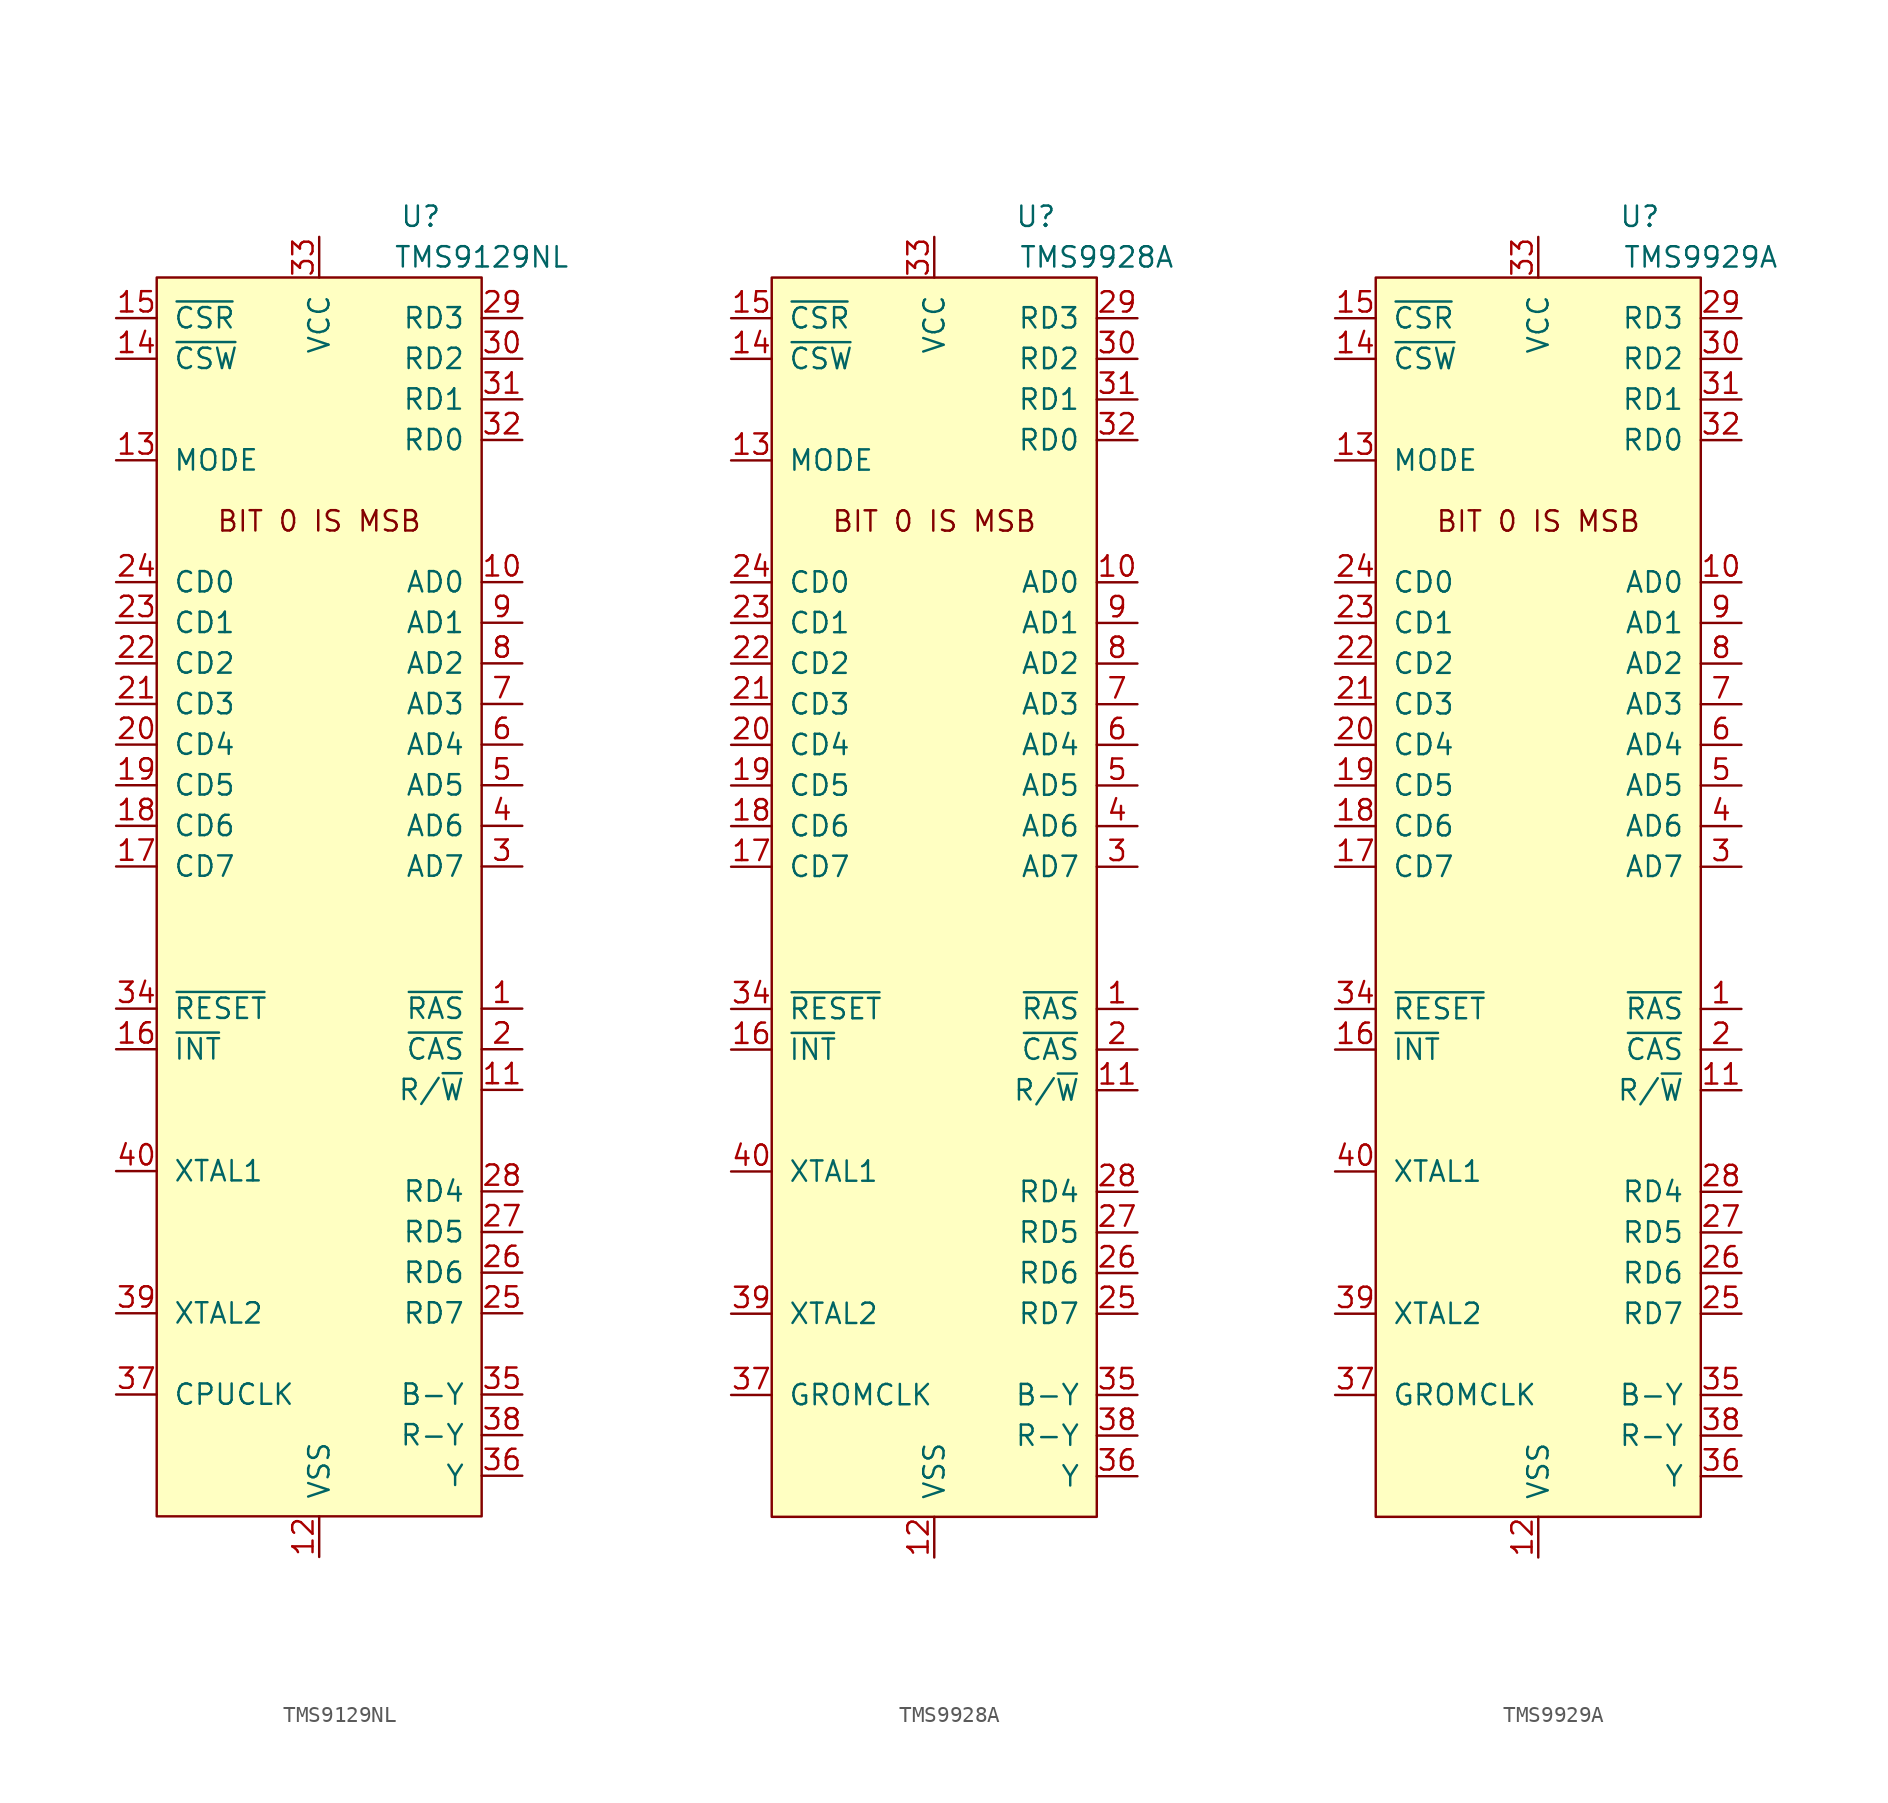
<source format=kicad_sym>
(kicad_symbol_lib
  (version 20211014)
  (generator kicad_symbol_editor)
  (symbol "TMS9129NL"
    (pin_names
      (offset 1.016))
    (property "Reference" "U"
      (at 6.35 11.43 0)
      (effects (font (size 1.27 1.27))))
    (property "Value" "TMS9129NL"
      (at 10.16 8.89 0)
      (effects (font (size 1.27 1.27))))
    (symbol "TMS9129NL_0_0"
      (text "BIT 0 IS MSB" (at 0 -7.62 0) (effects (font (size 1.27 1.27)))))
    (symbol "TMS9129NL_0_1"
      (rectangle (start -10.16 7.62) (end 10.16 -69.85) (stroke (width 0) (type default) (color 0 0 0 0)) (fill (type background))))
    (symbol "TMS9129NL_1_1"
      (pin output line (at 12.7 -38.1 180) (length 2.54) (name "~{RAS}" (effects (font (size 1.27 1.27)))) (number "1" (effects (font (size 1.27 1.27)))))
      (pin output line (at 12.7 -11.43 180) (length 2.54) (name "AD0" (effects (font (size 1.27 1.27)))) (number "10" (effects (font (size 1.27 1.27)))))
      (pin output line (at 12.7 -43.18 180) (length 2.54) (name "R/~{W}" (effects (font (size 1.27 1.27)))) (number "11" (effects (font (size 1.27 1.27)))))
      (pin power_in line (at 0 -72.39 90) (length 2.54) (name "VSS" (effects (font (size 1.27 1.27)))) (number "12" (effects (font (size 1.27 1.27)))))
      (pin input line (at -12.7 -3.81 0) (length 2.54) (name "MODE" (effects (font (size 1.27 1.27)))) (number "13" (effects (font (size 1.27 1.27)))))
      (pin input line (at -12.7 2.54 0) (length 2.54) (name "~{CSW}" (effects (font (size 1.27 1.27)))) (number "14" (effects (font (size 1.27 1.27)))))
      (pin input line (at -12.7 5.08 0) (length 2.54) (name "~{CSR}" (effects (font (size 1.27 1.27)))) (number "15" (effects (font (size 1.27 1.27)))))
      (pin output line (at -12.7 -40.64 0) (length 2.54) (name "~{INT}" (effects (font (size 1.27 1.27)))) (number "16" (effects (font (size 1.27 1.27)))))
      (pin bidirectional line (at -12.7 -29.21 0) (length 2.54) (name "CD7" (effects (font (size 1.27 1.27)))) (number "17" (effects (font (size 1.27 1.27)))))
      (pin bidirectional line (at -12.7 -26.67 0) (length 2.54) (name "CD6" (effects (font (size 1.27 1.27)))) (number "18" (effects (font (size 1.27 1.27)))))
      (pin bidirectional line (at -12.7 -24.13 0) (length 2.54) (name "CD5" (effects (font (size 1.27 1.27)))) (number "19" (effects (font (size 1.27 1.27)))))
      (pin output line (at 12.7 -40.64 180) (length 2.54) (name "~{CAS}" (effects (font (size 1.27 1.27)))) (number "2" (effects (font (size 1.27 1.27)))))
      (pin bidirectional line (at -12.7 -21.59 0) (length 2.54) (name "CD4" (effects (font (size 1.27 1.27)))) (number "20" (effects (font (size 1.27 1.27)))))
      (pin bidirectional line (at -12.7 -19.05 0) (length 2.54) (name "CD3" (effects (font (size 1.27 1.27)))) (number "21" (effects (font (size 1.27 1.27)))))
      (pin bidirectional line (at -12.7 -16.51 0) (length 2.54) (name "CD2" (effects (font (size 1.27 1.27)))) (number "22" (effects (font (size 1.27 1.27)))))
      (pin bidirectional line (at -12.7 -13.97 0) (length 2.54) (name "CD1" (effects (font (size 1.27 1.27)))) (number "23" (effects (font (size 1.27 1.27)))))
      (pin bidirectional line (at -12.7 -11.43 0) (length 2.54) (name "CD0" (effects (font (size 1.27 1.27)))) (number "24" (effects (font (size 1.27 1.27)))))
      (pin output line (at 12.7 -57.15 180) (length 2.54) (name "RD7" (effects (font (size 1.27 1.27)))) (number "25" (effects (font (size 1.27 1.27)))))
      (pin output line (at 12.7 -54.61 180) (length 2.54) (name "RD6" (effects (font (size 1.27 1.27)))) (number "26" (effects (font (size 1.27 1.27)))))
      (pin output line (at 12.7 -52.07 180) (length 2.54) (name "RD5" (effects (font (size 1.27 1.27)))) (number "27" (effects (font (size 1.27 1.27)))))
      (pin output line (at 12.7 -49.53 180) (length 2.54) (name "RD4" (effects (font (size 1.27 1.27)))) (number "28" (effects (font (size 1.27 1.27)))))
      (pin bidirectional line (at 12.7 5.08 180) (length 2.54) (name "RD3" (effects (font (size 1.27 1.27)))) (number "29" (effects (font (size 1.27 1.27)))))
      (pin output line (at 12.7 -29.21 180) (length 2.54) (name "AD7" (effects (font (size 1.27 1.27)))) (number "3" (effects (font (size 1.27 1.27)))))
      (pin bidirectional line (at 12.7 2.54 180) (length 2.54) (name "RD2" (effects (font (size 1.27 1.27)))) (number "30" (effects (font (size 1.27 1.27)))))
      (pin bidirectional line (at 12.7 0 180) (length 2.54) (name "RD1" (effects (font (size 1.27 1.27)))) (number "31" (effects (font (size 1.27 1.27)))))
      (pin bidirectional line (at 12.7 -2.54 180) (length 2.54) (name "RD0" (effects (font (size 1.27 1.27)))) (number "32" (effects (font (size 1.27 1.27)))))
      (pin power_in line (at 0 10.16 270) (length 2.54) (name "VCC" (effects (font (size 1.27 1.27)))) (number "33" (effects (font (size 1.27 1.27)))))
      (pin input line (at -12.7 -38.1 0) (length 2.54) (name "~{RESET}" (effects (font (size 1.27 1.27)))) (number "34" (effects (font (size 1.27 1.27)))))
      (pin output line (at 12.7 -62.23 180) (length 2.54) (name "B-Y" (effects (font (size 1.27 1.27)))) (number "35" (effects (font (size 1.27 1.27)))))
      (pin output line (at 12.7 -67.31 180) (length 2.54) (name "Y" (effects (font (size 1.27 1.27)))) (number "36" (effects (font (size 1.27 1.27)))))
      (pin output line (at -12.7 -62.23 0) (length 2.54) (name "CPUCLK" (effects (font (size 1.27 1.27)))) (number "37" (effects (font (size 1.27 1.27)))))
      (pin output line (at 12.7 -64.77 180) (length 2.54) (name "R-Y" (effects (font (size 1.27 1.27)))) (number "38" (effects (font (size 1.27 1.27)))))
      (pin bidirectional line (at -12.7 -57.15 0) (length 2.54) (name "XTAL2" (effects (font (size 1.27 1.27)))) (number "39" (effects (font (size 1.27 1.27)))))
      (pin output line (at 12.7 -26.67 180) (length 2.54) (name "AD6" (effects (font (size 1.27 1.27)))) (number "4" (effects (font (size 1.27 1.27)))))
      (pin input line (at -12.7 -48.26 0) (length 2.54) (name "XTAL1" (effects (font (size 1.27 1.27)))) (number "40" (effects (font (size 1.27 1.27)))))
      (pin output line (at 12.7 -24.13 180) (length 2.54) (name "AD5" (effects (font (size 1.27 1.27)))) (number "5" (effects (font (size 1.27 1.27)))))
      (pin output line (at 12.7 -21.59 180) (length 2.54) (name "AD4" (effects (font (size 1.27 1.27)))) (number "6" (effects (font (size 1.27 1.27)))))
      (pin output line (at 12.7 -19.05 180) (length 2.54) (name "AD3" (effects (font (size 1.27 1.27)))) (number "7" (effects (font (size 1.27 1.27)))))
      (pin output line (at 12.7 -16.51 180) (length 2.54) (name "AD2" (effects (font (size 1.27 1.27)))) (number "8" (effects (font (size 1.27 1.27)))))
      (pin output line (at 12.7 -13.97 180) (length 2.54) (name "AD1" (effects (font (size 1.27 1.27)))) (number "9" (effects (font (size 1.27 1.27)))))))
  (symbol "TMS9928A"
    (pin_names
      (offset 1.016))
    (property "Reference" "U"
      (at 6.35 11.43 0)
      (effects (font (size 1.27 1.27))))
    (property "Value" "TMS9928A"
      (at 10.16 8.89 0)
      (effects (font (size 1.27 1.27))))
    (symbol "TMS9928A_0_0"
      (text "BIT 0 IS MSB" (at 0 -7.62 0) (effects (font (size 1.27 1.27)))))
    (symbol "TMS9928A_0_1"
      (rectangle (start -10.16 7.62) (end 10.16 -69.85) (stroke (width 0) (type default) (color 0 0 0 0)) (fill (type background))))
    (symbol "TMS9928A_1_1"
      (pin output line (at 12.7 -38.1 180) (length 2.54) (name "~{RAS}" (effects (font (size 1.27 1.27)))) (number "1" (effects (font (size 1.27 1.27)))))
      (pin output line (at 12.7 -11.43 180) (length 2.54) (name "AD0" (effects (font (size 1.27 1.27)))) (number "10" (effects (font (size 1.27 1.27)))))
      (pin output line (at 12.7 -43.18 180) (length 2.54) (name "R/~{W}" (effects (font (size 1.27 1.27)))) (number "11" (effects (font (size 1.27 1.27)))))
      (pin power_in line (at 0 -72.39 90) (length 2.54) (name "VSS" (effects (font (size 1.27 1.27)))) (number "12" (effects (font (size 1.27 1.27)))))
      (pin input line (at -12.7 -3.81 0) (length 2.54) (name "MODE" (effects (font (size 1.27 1.27)))) (number "13" (effects (font (size 1.27 1.27)))))
      (pin input line (at -12.7 2.54 0) (length 2.54) (name "~{CSW}" (effects (font (size 1.27 1.27)))) (number "14" (effects (font (size 1.27 1.27)))))
      (pin input line (at -12.7 5.08 0) (length 2.54) (name "~{CSR}" (effects (font (size 1.27 1.27)))) (number "15" (effects (font (size 1.27 1.27)))))
      (pin output line (at -12.7 -40.64 0) (length 2.54) (name "~{INT}" (effects (font (size 1.27 1.27)))) (number "16" (effects (font (size 1.27 1.27)))))
      (pin bidirectional line (at -12.7 -29.21 0) (length 2.54) (name "CD7" (effects (font (size 1.27 1.27)))) (number "17" (effects (font (size 1.27 1.27)))))
      (pin bidirectional line (at -12.7 -26.67 0) (length 2.54) (name "CD6" (effects (font (size 1.27 1.27)))) (number "18" (effects (font (size 1.27 1.27)))))
      (pin bidirectional line (at -12.7 -24.13 0) (length 2.54) (name "CD5" (effects (font (size 1.27 1.27)))) (number "19" (effects (font (size 1.27 1.27)))))
      (pin output line (at 12.7 -40.64 180) (length 2.54) (name "~{CAS}" (effects (font (size 1.27 1.27)))) (number "2" (effects (font (size 1.27 1.27)))))
      (pin bidirectional line (at -12.7 -21.59 0) (length 2.54) (name "CD4" (effects (font (size 1.27 1.27)))) (number "20" (effects (font (size 1.27 1.27)))))
      (pin bidirectional line (at -12.7 -19.05 0) (length 2.54) (name "CD3" (effects (font (size 1.27 1.27)))) (number "21" (effects (font (size 1.27 1.27)))))
      (pin bidirectional line (at -12.7 -16.51 0) (length 2.54) (name "CD2" (effects (font (size 1.27 1.27)))) (number "22" (effects (font (size 1.27 1.27)))))
      (pin bidirectional line (at -12.7 -13.97 0) (length 2.54) (name "CD1" (effects (font (size 1.27 1.27)))) (number "23" (effects (font (size 1.27 1.27)))))
      (pin bidirectional line (at -12.7 -11.43 0) (length 2.54) (name "CD0" (effects (font (size 1.27 1.27)))) (number "24" (effects (font (size 1.27 1.27)))))
      (pin output line (at 12.7 -57.15 180) (length 2.54) (name "RD7" (effects (font (size 1.27 1.27)))) (number "25" (effects (font (size 1.27 1.27)))))
      (pin output line (at 12.7 -54.61 180) (length 2.54) (name "RD6" (effects (font (size 1.27 1.27)))) (number "26" (effects (font (size 1.27 1.27)))))
      (pin output line (at 12.7 -52.07 180) (length 2.54) (name "RD5" (effects (font (size 1.27 1.27)))) (number "27" (effects (font (size 1.27 1.27)))))
      (pin output line (at 12.7 -49.53 180) (length 2.54) (name "RD4" (effects (font (size 1.27 1.27)))) (number "28" (effects (font (size 1.27 1.27)))))
      (pin bidirectional line (at 12.7 5.08 180) (length 2.54) (name "RD3" (effects (font (size 1.27 1.27)))) (number "29" (effects (font (size 1.27 1.27)))))
      (pin output line (at 12.7 -29.21 180) (length 2.54) (name "AD7" (effects (font (size 1.27 1.27)))) (number "3" (effects (font (size 1.27 1.27)))))
      (pin bidirectional line (at 12.7 2.54 180) (length 2.54) (name "RD2" (effects (font (size 1.27 1.27)))) (number "30" (effects (font (size 1.27 1.27)))))
      (pin bidirectional line (at 12.7 0 180) (length 2.54) (name "RD1" (effects (font (size 1.27 1.27)))) (number "31" (effects (font (size 1.27 1.27)))))
      (pin bidirectional line (at 12.7 -2.54 180) (length 2.54) (name "RD0" (effects (font (size 1.27 1.27)))) (number "32" (effects (font (size 1.27 1.27)))))
      (pin power_in line (at 0 10.16 270) (length 2.54) (name "VCC" (effects (font (size 1.27 1.27)))) (number "33" (effects (font (size 1.27 1.27)))))
      (pin input line (at -12.7 -38.1 0) (length 2.54) (name "~{RESET}" (effects (font (size 1.27 1.27)))) (number "34" (effects (font (size 1.27 1.27)))))
      (pin output line (at 12.7 -62.23 180) (length 2.54) (name "B-Y" (effects (font (size 1.27 1.27)))) (number "35" (effects (font (size 1.27 1.27)))))
      (pin output line (at 12.7 -67.31 180) (length 2.54) (name "Y" (effects (font (size 1.27 1.27)))) (number "36" (effects (font (size 1.27 1.27)))))
      (pin output line (at -12.7 -62.23 0) (length 2.54) (name "GROMCLK" (effects (font (size 1.27 1.27)))) (number "37" (effects (font (size 1.27 1.27)))))
      (pin output line (at 12.7 -64.77 180) (length 2.54) (name "R-Y" (effects (font (size 1.27 1.27)))) (number "38" (effects (font (size 1.27 1.27)))))
      (pin bidirectional line (at -12.7 -57.15 0) (length 2.54) (name "XTAL2" (effects (font (size 1.27 1.27)))) (number "39" (effects (font (size 1.27 1.27)))))
      (pin output line (at 12.7 -26.67 180) (length 2.54) (name "AD6" (effects (font (size 1.27 1.27)))) (number "4" (effects (font (size 1.27 1.27)))))
      (pin input line (at -12.7 -48.26 0) (length 2.54) (name "XTAL1" (effects (font (size 1.27 1.27)))) (number "40" (effects (font (size 1.27 1.27)))))
      (pin output line (at 12.7 -24.13 180) (length 2.54) (name "AD5" (effects (font (size 1.27 1.27)))) (number "5" (effects (font (size 1.27 1.27)))))
      (pin output line (at 12.7 -21.59 180) (length 2.54) (name "AD4" (effects (font (size 1.27 1.27)))) (number "6" (effects (font (size 1.27 1.27)))))
      (pin output line (at 12.7 -19.05 180) (length 2.54) (name "AD3" (effects (font (size 1.27 1.27)))) (number "7" (effects (font (size 1.27 1.27)))))
      (pin output line (at 12.7 -16.51 180) (length 2.54) (name "AD2" (effects (font (size 1.27 1.27)))) (number "8" (effects (font (size 1.27 1.27)))))
      (pin output line (at 12.7 -13.97 180) (length 2.54) (name "AD1" (effects (font (size 1.27 1.27)))) (number "9" (effects (font (size 1.27 1.27)))))))
  (symbol "TMS9929A"
    (pin_names
      (offset 1.016))
    (property "Reference" "U"
      (at 6.35 11.43 0)
      (effects (font (size 1.27 1.27))))
    (property "Value" "TMS9929A"
      (at 10.16 8.89 0)
      (effects (font (size 1.27 1.27))))
    (symbol "TMS9929A_0_0"
      (text "BIT 0 IS MSB" (at 0 -7.62 0) (effects (font (size 1.27 1.27)))))
    (symbol "TMS9929A_0_1"
      (rectangle (start -10.16 7.62) (end 10.16 -69.85) (stroke (width 0) (type default) (color 0 0 0 0)) (fill (type background))))
    (symbol "TMS9929A_1_1"
      (pin output line (at 12.7 -38.1 180) (length 2.54) (name "~{RAS}" (effects (font (size 1.27 1.27)))) (number "1" (effects (font (size 1.27 1.27)))))
      (pin output line (at 12.7 -11.43 180) (length 2.54) (name "AD0" (effects (font (size 1.27 1.27)))) (number "10" (effects (font (size 1.27 1.27)))))
      (pin output line (at 12.7 -43.18 180) (length 2.54) (name "R/~{W}" (effects (font (size 1.27 1.27)))) (number "11" (effects (font (size 1.27 1.27)))))
      (pin power_in line (at 0 -72.39 90) (length 2.54) (name "VSS" (effects (font (size 1.27 1.27)))) (number "12" (effects (font (size 1.27 1.27)))))
      (pin input line (at -12.7 -3.81 0) (length 2.54) (name "MODE" (effects (font (size 1.27 1.27)))) (number "13" (effects (font (size 1.27 1.27)))))
      (pin input line (at -12.7 2.54 0) (length 2.54) (name "~{CSW}" (effects (font (size 1.27 1.27)))) (number "14" (effects (font (size 1.27 1.27)))))
      (pin input line (at -12.7 5.08 0) (length 2.54) (name "~{CSR}" (effects (font (size 1.27 1.27)))) (number "15" (effects (font (size 1.27 1.27)))))
      (pin output line (at -12.7 -40.64 0) (length 2.54) (name "~{INT}" (effects (font (size 1.27 1.27)))) (number "16" (effects (font (size 1.27 1.27)))))
      (pin bidirectional line (at -12.7 -29.21 0) (length 2.54) (name "CD7" (effects (font (size 1.27 1.27)))) (number "17" (effects (font (size 1.27 1.27)))))
      (pin bidirectional line (at -12.7 -26.67 0) (length 2.54) (name "CD6" (effects (font (size 1.27 1.27)))) (number "18" (effects (font (size 1.27 1.27)))))
      (pin bidirectional line (at -12.7 -24.13 0) (length 2.54) (name "CD5" (effects (font (size 1.27 1.27)))) (number "19" (effects (font (size 1.27 1.27)))))
      (pin output line (at 12.7 -40.64 180) (length 2.54) (name "~{CAS}" (effects (font (size 1.27 1.27)))) (number "2" (effects (font (size 1.27 1.27)))))
      (pin bidirectional line (at -12.7 -21.59 0) (length 2.54) (name "CD4" (effects (font (size 1.27 1.27)))) (number "20" (effects (font (size 1.27 1.27)))))
      (pin bidirectional line (at -12.7 -19.05 0) (length 2.54) (name "CD3" (effects (font (size 1.27 1.27)))) (number "21" (effects (font (size 1.27 1.27)))))
      (pin bidirectional line (at -12.7 -16.51 0) (length 2.54) (name "CD2" (effects (font (size 1.27 1.27)))) (number "22" (effects (font (size 1.27 1.27)))))
      (pin bidirectional line (at -12.7 -13.97 0) (length 2.54) (name "CD1" (effects (font (size 1.27 1.27)))) (number "23" (effects (font (size 1.27 1.27)))))
      (pin bidirectional line (at -12.7 -11.43 0) (length 2.54) (name "CD0" (effects (font (size 1.27 1.27)))) (number "24" (effects (font (size 1.27 1.27)))))
      (pin output line (at 12.7 -57.15 180) (length 2.54) (name "RD7" (effects (font (size 1.27 1.27)))) (number "25" (effects (font (size 1.27 1.27)))))
      (pin output line (at 12.7 -54.61 180) (length 2.54) (name "RD6" (effects (font (size 1.27 1.27)))) (number "26" (effects (font (size 1.27 1.27)))))
      (pin output line (at 12.7 -52.07 180) (length 2.54) (name "RD5" (effects (font (size 1.27 1.27)))) (number "27" (effects (font (size 1.27 1.27)))))
      (pin output line (at 12.7 -49.53 180) (length 2.54) (name "RD4" (effects (font (size 1.27 1.27)))) (number "28" (effects (font (size 1.27 1.27)))))
      (pin bidirectional line (at 12.7 5.08 180) (length 2.54) (name "RD3" (effects (font (size 1.27 1.27)))) (number "29" (effects (font (size 1.27 1.27)))))
      (pin output line (at 12.7 -29.21 180) (length 2.54) (name "AD7" (effects (font (size 1.27 1.27)))) (number "3" (effects (font (size 1.27 1.27)))))
      (pin bidirectional line (at 12.7 2.54 180) (length 2.54) (name "RD2" (effects (font (size 1.27 1.27)))) (number "30" (effects (font (size 1.27 1.27)))))
      (pin bidirectional line (at 12.7 0 180) (length 2.54) (name "RD1" (effects (font (size 1.27 1.27)))) (number "31" (effects (font (size 1.27 1.27)))))
      (pin bidirectional line (at 12.7 -2.54 180) (length 2.54) (name "RD0" (effects (font (size 1.27 1.27)))) (number "32" (effects (font (size 1.27 1.27)))))
      (pin power_in line (at 0 10.16 270) (length 2.54) (name "VCC" (effects (font (size 1.27 1.27)))) (number "33" (effects (font (size 1.27 1.27)))))
      (pin input line (at -12.7 -38.1 0) (length 2.54) (name "~{RESET}" (effects (font (size 1.27 1.27)))) (number "34" (effects (font (size 1.27 1.27)))))
      (pin output line (at 12.7 -62.23 180) (length 2.54) (name "B-Y" (effects (font (size 1.27 1.27)))) (number "35" (effects (font (size 1.27 1.27)))))
      (pin output line (at 12.7 -67.31 180) (length 2.54) (name "Y" (effects (font (size 1.27 1.27)))) (number "36" (effects (font (size 1.27 1.27)))))
      (pin output line (at -12.7 -62.23 0) (length 2.54) (name "GROMCLK" (effects (font (size 1.27 1.27)))) (number "37" (effects (font (size 1.27 1.27)))))
      (pin output line (at 12.7 -64.77 180) (length 2.54) (name "R-Y" (effects (font (size 1.27 1.27)))) (number "38" (effects (font (size 1.27 1.27)))))
      (pin bidirectional line (at -12.7 -57.15 0) (length 2.54) (name "XTAL2" (effects (font (size 1.27 1.27)))) (number "39" (effects (font (size 1.27 1.27)))))
      (pin output line (at 12.7 -26.67 180) (length 2.54) (name "AD6" (effects (font (size 1.27 1.27)))) (number "4" (effects (font (size 1.27 1.27)))))
      (pin input line (at -12.7 -48.26 0) (length 2.54) (name "XTAL1" (effects (font (size 1.27 1.27)))) (number "40" (effects (font (size 1.27 1.27)))))
      (pin output line (at 12.7 -24.13 180) (length 2.54) (name "AD5" (effects (font (size 1.27 1.27)))) (number "5" (effects (font (size 1.27 1.27)))))
      (pin output line (at 12.7 -21.59 180) (length 2.54) (name "AD4" (effects (font (size 1.27 1.27)))) (number "6" (effects (font (size 1.27 1.27)))))
      (pin output line (at 12.7 -19.05 180) (length 2.54) (name "AD3" (effects (font (size 1.27 1.27)))) (number "7" (effects (font (size 1.27 1.27)))))
      (pin output line (at 12.7 -16.51 180) (length 2.54) (name "AD2" (effects (font (size 1.27 1.27)))) (number "8" (effects (font (size 1.27 1.27)))))
      (pin output line (at 12.7 -13.97 180) (length 2.54) (name "AD1" (effects (font (size 1.27 1.27)))) (number "9" (effects (font (size 1.27 1.27))))))))
</source>
